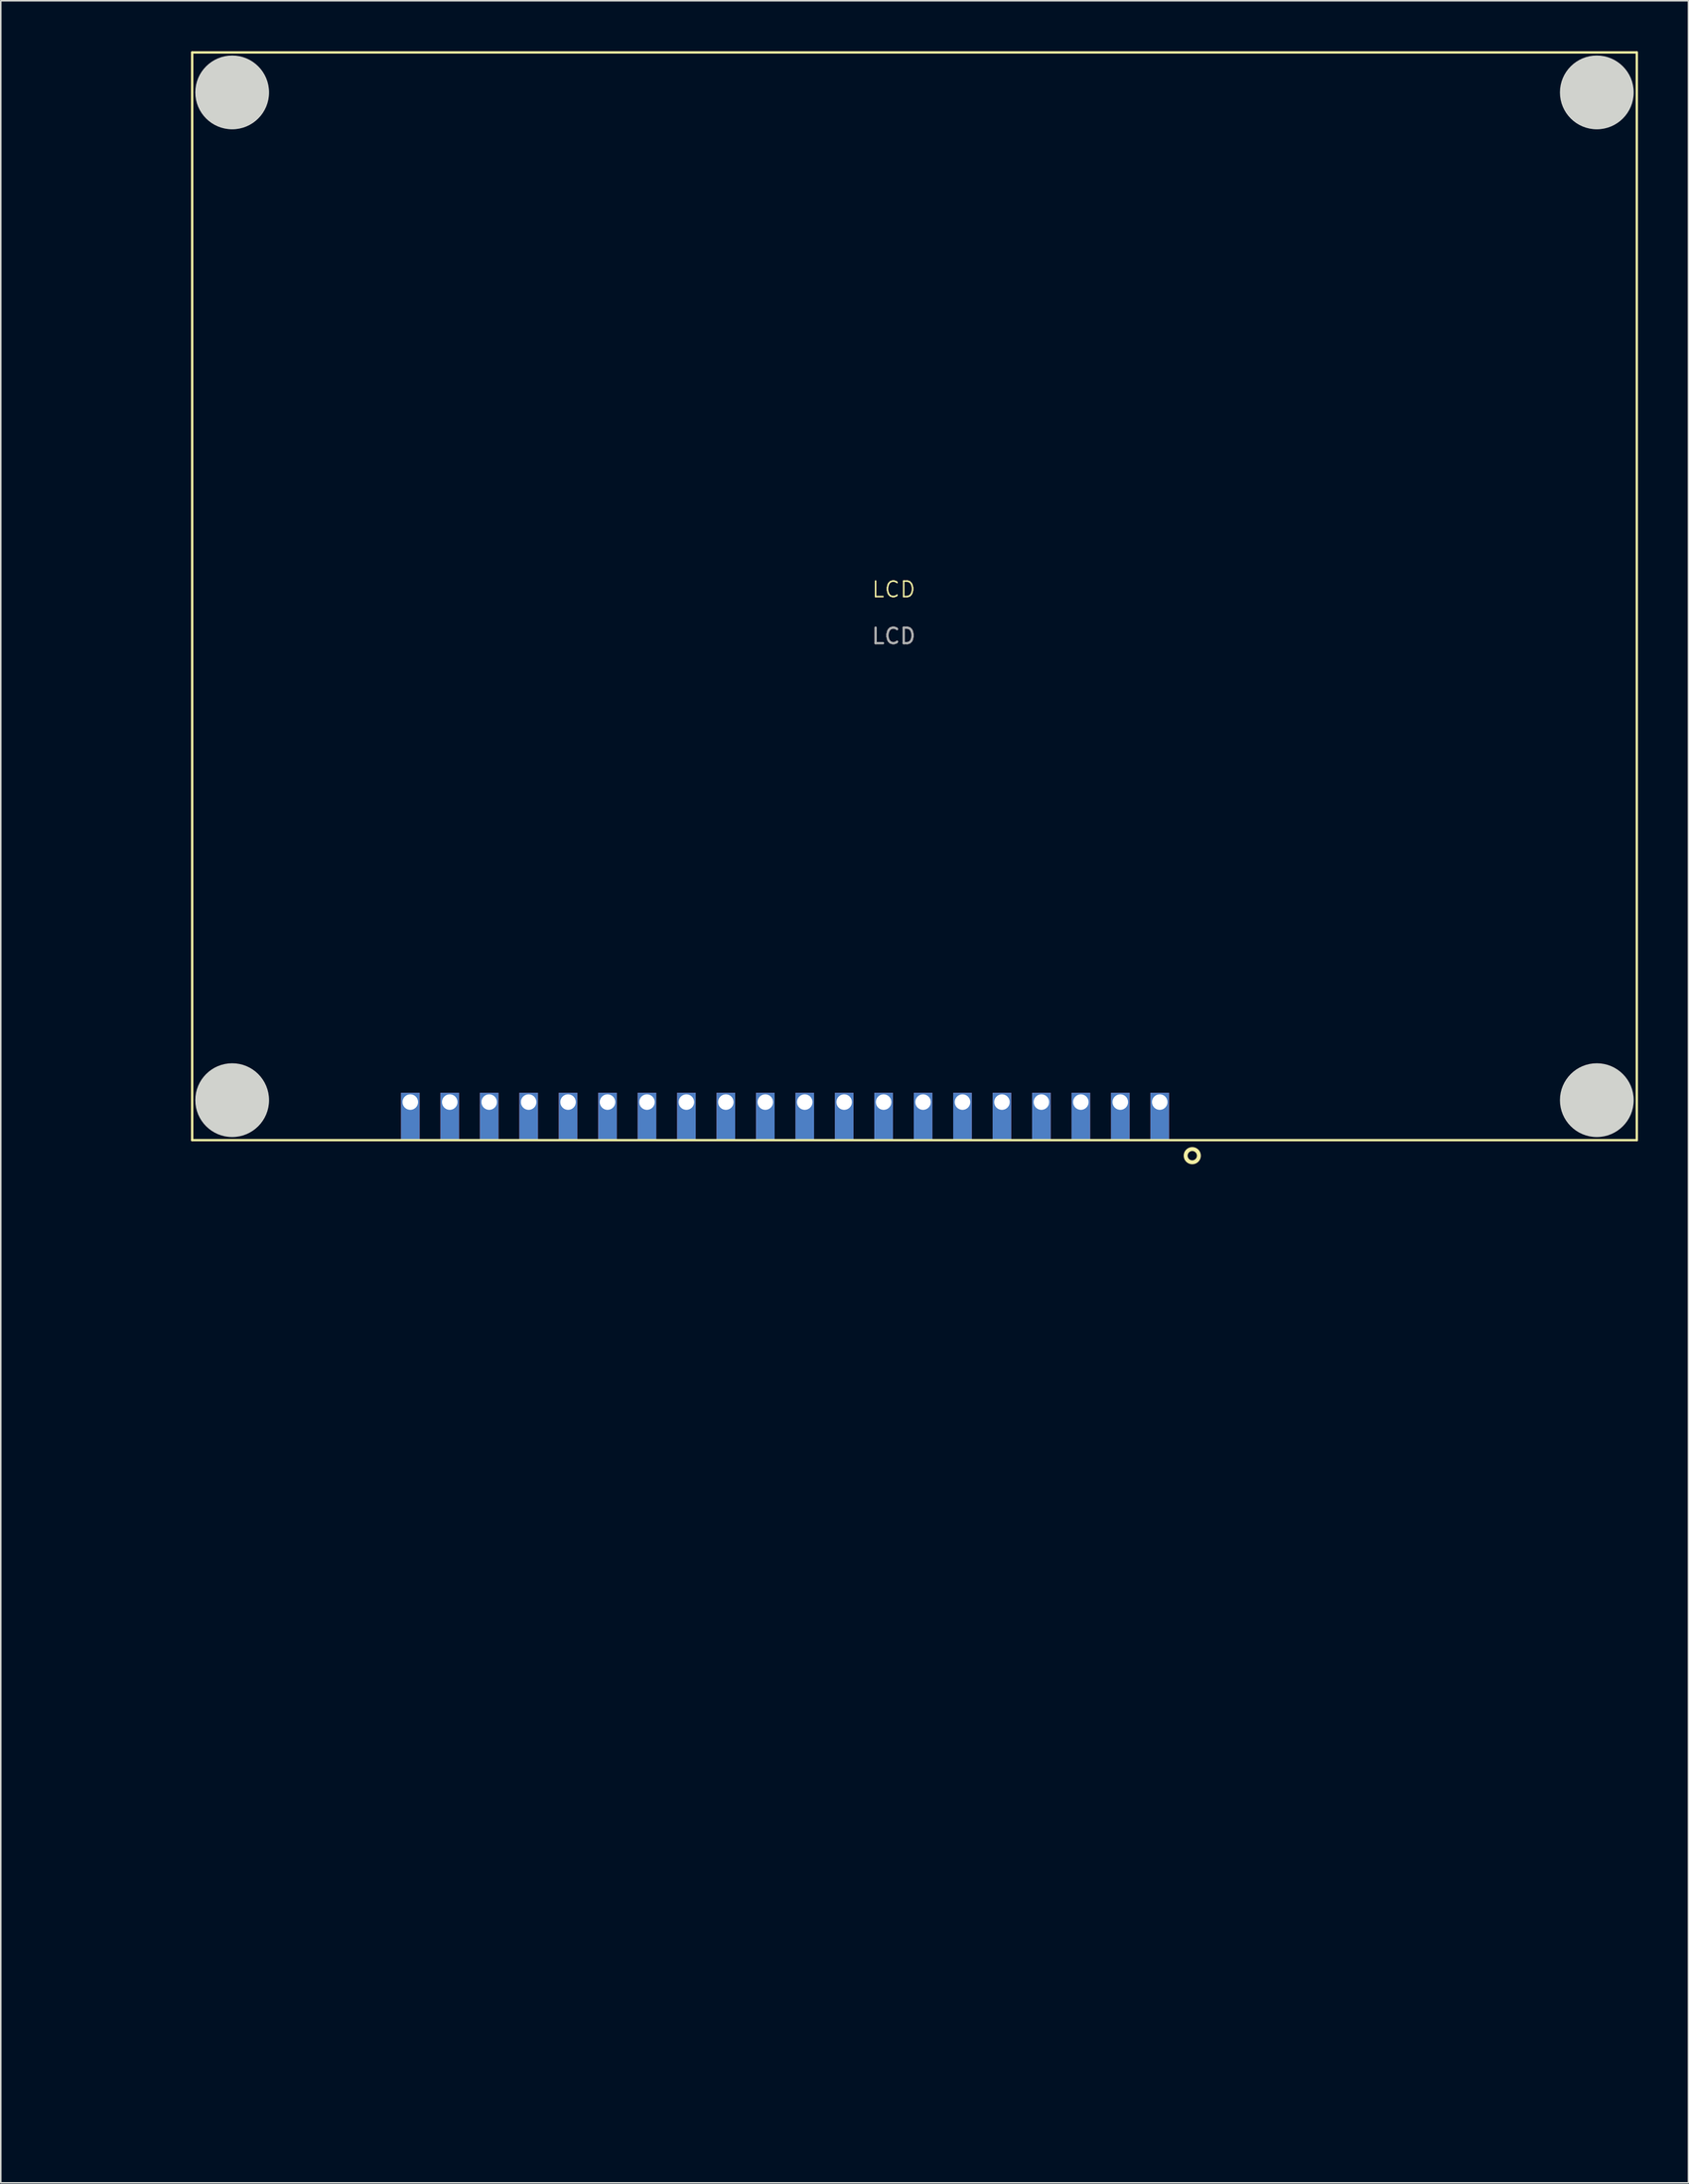
<source format=kicad_pcb>
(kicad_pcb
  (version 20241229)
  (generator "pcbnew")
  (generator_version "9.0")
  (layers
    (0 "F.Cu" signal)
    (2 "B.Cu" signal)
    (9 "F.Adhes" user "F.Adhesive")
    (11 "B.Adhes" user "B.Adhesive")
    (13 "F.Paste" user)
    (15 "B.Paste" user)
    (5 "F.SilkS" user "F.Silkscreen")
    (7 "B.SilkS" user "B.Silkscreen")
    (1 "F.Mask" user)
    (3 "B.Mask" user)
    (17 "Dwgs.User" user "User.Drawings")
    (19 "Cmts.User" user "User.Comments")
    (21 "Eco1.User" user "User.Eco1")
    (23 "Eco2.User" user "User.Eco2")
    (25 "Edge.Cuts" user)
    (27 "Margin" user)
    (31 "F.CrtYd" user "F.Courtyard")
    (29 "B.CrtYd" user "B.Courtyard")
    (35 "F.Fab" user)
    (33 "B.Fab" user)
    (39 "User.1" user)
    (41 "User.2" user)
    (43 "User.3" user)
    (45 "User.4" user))
  (footprint "LCD"
    (layer "F.Cu")
    (at 54.501 35.4)
    (property "Reference" "LCD" (at 0 -0.5 0) (unlocked yes) (layer "F.SilkS") (effects (font (size 1 1) (thickness 0.1))))
    (attr smd)
    (fp_line (start -45.175 -35.075) (end 47.85 -35.075) (stroke (width 0.15) (type solid)) (layer "F.SilkS"))
    (fp_line (start -45.175 34.95) (end -45.175 -35.075) (stroke (width 0.15) (type solid)) (layer "F.SilkS"))
    (fp_line (start -45.175 34.95) (end 47.85 34.95) (stroke (width 0.15) (type solid)) (layer "F.SilkS"))
    (fp_line (start 47.85 34.95) (end 47.85 -35.075) (stroke (width 0.15) (type solid)) (layer "F.SilkS"))
    (fp_circle (center 19.225 35.95) (end 19.225 35.524) (stroke (width 0.254) (type solid)) (fill no) (layer "F.SilkS"))
    (fp_circle (center -42.6 -32.5) (end -41.1 -32.5) (stroke (width 1.75) (type solid)) (fill yes) (layer "Edge.Cuts"))
    (fp_circle (center -42.6 32.375) (end -41.1 32.375) (stroke (width 1.75) (type solid)) (fill yes) (layer "Edge.Cuts"))
    (fp_circle (center 45.275 -32.5) (end 46.775 -32.5) (stroke (width 1.75) (type solid)) (fill yes) (layer "Edge.Cuts"))
    (fp_circle (center 45.275 32.375) (end 46.775 32.375) (stroke (width 1.75) (type solid)) (fill yes) (layer "Edge.Cuts"))
    (fp_line (start -45.17 34.95) (end -45.17 -35.05) (stroke (width 0.15) (type solid)) (layer "User.2"))
    (fp_line (start -45.17 34.95) (end 47.83 34.95) (stroke (width 0.15) (type solid)) (layer "User.2"))
    (fp_line (start -45.155 -35.075) (end 47.845 -35.075) (stroke (width 0.15) (type solid)) (layer "User.2"))
    (fp_line (start 47.845 34.925) (end 47.845 -35.075) (stroke (width 0.15) (type solid)) (layer "User.2"))
    (fp_circle (center 19.2 33.825) (end 19.2 33.319) (stroke (width 0.254) (type solid)) (fill no) (layer "User.2"))
    (fp_line (start -54.425 27.675) (end 39.1 27.675) (stroke (width 0.15) (type solid)) (layer "User.6"))
    (fp_line (start -54.425 98.201) (end -54.425 27.675) (stroke (width 0.15) (type solid)) (layer "User.6"))
    (fp_line (start -54.425 98.201) (end 39.1 98.201) (stroke (width 0.15) (type solid)) (layer "User.6"))
    (fp_line (start -45.425 -35.325) (end 48.1 -35.325) (stroke (width 0.15) (type solid)) (layer "User.6"))
    (fp_line (start -45.425 35.2) (end -45.425 -35.325) (stroke (width 0.15) (type solid)) (layer "User.6"))
    (fp_line (start -45.425 35.2) (end 48.1 35.2) (stroke (width 0.15) (type solid)) (layer "User.6"))
    (fp_line (start 39.1 98.201) (end 39.1 27.675) (stroke (width 0.15) (type solid)) (layer "User.6"))
    (fp_line (start 48.1 35.2) (end 48.1 -35.325) (stroke (width 0.15) (type solid)) (layer "User.6"))
    (fp_line (start -16.9 98) (end -15.1 98) (stroke (width 0.15) (type solid)) (layer "User.8"))
    (fp_line (start -16 99) (end -16 97) (stroke (width 0.15) (type solid)) (layer "User.8"))
    (fp_line (start -7.9 35) (end -6.1 35) (stroke (width 0.15) (type solid)) (layer "User.8"))
    (fp_line (start -7 36) (end -7 34) (stroke (width 0.15) (type solid)) (layer "User.8"))
    (fp_text user "${REFERENCE}" (at 0 2.5 0) (unlocked yes) (layer "F.Fab") (effects (font (size 1 1) (thickness 0.15))))
    (pad "1" thru_hole rect (at 17.13 32.5) (size 1.2 3) (drill 1 (offset 0 0.9)) (layers "*.Cu" "*.Mask"))
    (pad "2" thru_hole rect (at 14.59 32.5) (size 1.2 3) (drill 1 (offset 0 0.9)) (layers "*.Cu" "*.Mask"))
    (pad "3" thru_hole rect (at 12.05 32.5) (size 1.2 3) (drill 1 (offset 0 0.9)) (layers "*.Cu" "*.Mask"))
    (pad "4" thru_hole rect (at 9.51 32.5) (size 1.2 3) (drill 1 (offset 0 0.9)) (layers "*.Cu" "*.Mask"))
    (pad "5" thru_hole rect (at 6.97 32.5) (size 1.2 3) (drill 1 (offset 0 0.9)) (layers "*.Cu" "*.Mask"))
    (pad "6" thru_hole rect (at 4.43 32.5) (size 1.2 3) (drill 1 (offset 0 0.9)) (layers "*.Cu" "*.Mask"))
    (pad "7" thru_hole rect (at 1.89 32.5) (size 1.2 3) (drill 1 (offset 0 0.9)) (layers "*.Cu" "*.Mask"))
    (pad "8" thru_hole rect (at -0.65 32.5) (size 1.2 3) (drill 1 (offset 0 0.9)) (layers "*.Cu" "*.Mask"))
    (pad "9" thru_hole rect (at -3.19 32.5) (size 1.2 3) (drill 1 (offset 0 0.9)) (layers "*.Cu" "*.Mask"))
    (pad "10" thru_hole rect (at -5.73 32.5) (size 1.2 3) (drill 1 (offset 0 0.9)) (layers "*.Cu" "*.Mask"))
    (pad "11" thru_hole rect (at -8.27 32.5) (size 1.2 3) (drill 1 (offset 0 0.9)) (layers "*.Cu" "*.Mask"))
    (pad "12" thru_hole rect (at -10.81 32.5) (size 1.2 3) (drill 1 (offset 0 0.9)) (layers "*.Cu" "*.Mask"))
    (pad "13" thru_hole rect (at -13.35 32.5) (size 1.2 3) (drill 1 (offset 0 0.9)) (layers "*.Cu" "*.Mask"))
    (pad "14" thru_hole rect (at -15.89 32.5) (size 1.2 3) (drill 1 (offset 0 0.9)) (layers "*.Cu" "*.Mask"))
    (pad "15" thru_hole rect (at -18.43 32.5) (size 1.2 3) (drill 1 (offset 0 0.9)) (layers "*.Cu" "*.Mask"))
    (pad "16" thru_hole rect (at -20.97 32.5) (size 1.2 3) (drill 1 (offset 0 0.9)) (layers "*.Cu" "*.Mask"))
    (pad "17" thru_hole rect (at -23.51 32.5) (size 1.2 3) (drill 1 (offset 0 0.9)) (layers "*.Cu" "*.Mask"))
    (pad "18" thru_hole rect (at -26.05 32.5) (size 1.2 3) (drill 1 (offset 0 0.9)) (layers "*.Cu" "*.Mask"))
    (pad "19" thru_hole rect (at -28.59 32.5) (size 1.2 3) (drill 1 (offset 0 0.9)) (layers "*.Cu" "*.Mask"))
    (pad "20" thru_hole rect (at -31.13 32.5) (size 1.2 3) (drill 1 (offset 0 0.9)) (layers "*.Cu" "*.Mask")))
  (gr_rect
    (start -3 -3)
    (end 105.675 137.475)
    (stroke (width 0.1) (type default))
    (fill no)
    (layer "Edge.Cuts")))
</source>
